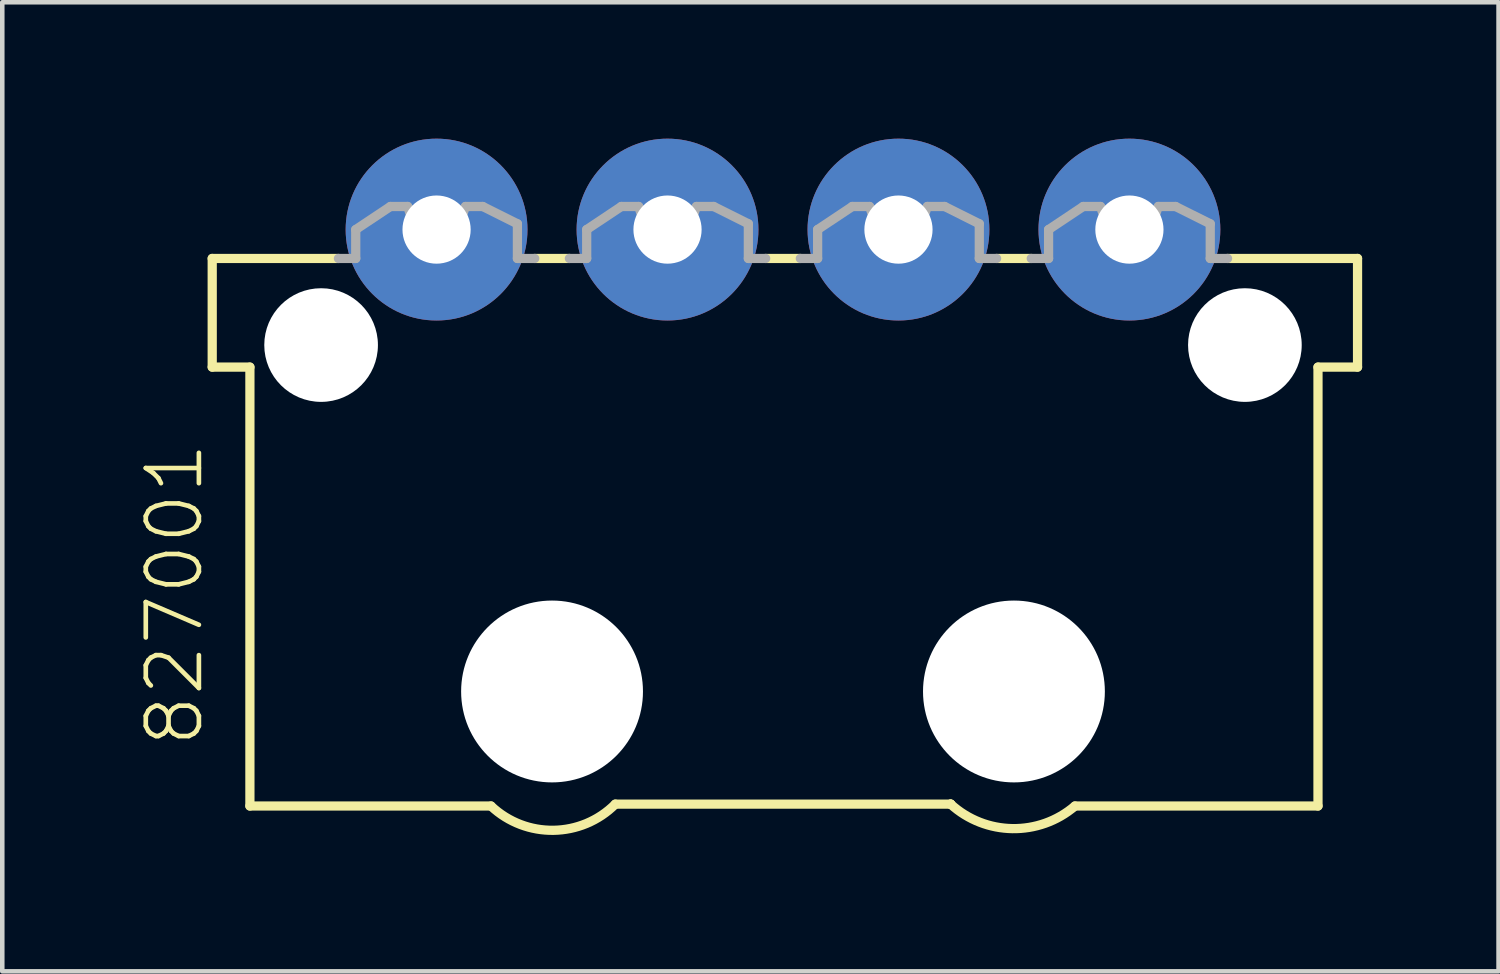
<source format=kicad_pcb>
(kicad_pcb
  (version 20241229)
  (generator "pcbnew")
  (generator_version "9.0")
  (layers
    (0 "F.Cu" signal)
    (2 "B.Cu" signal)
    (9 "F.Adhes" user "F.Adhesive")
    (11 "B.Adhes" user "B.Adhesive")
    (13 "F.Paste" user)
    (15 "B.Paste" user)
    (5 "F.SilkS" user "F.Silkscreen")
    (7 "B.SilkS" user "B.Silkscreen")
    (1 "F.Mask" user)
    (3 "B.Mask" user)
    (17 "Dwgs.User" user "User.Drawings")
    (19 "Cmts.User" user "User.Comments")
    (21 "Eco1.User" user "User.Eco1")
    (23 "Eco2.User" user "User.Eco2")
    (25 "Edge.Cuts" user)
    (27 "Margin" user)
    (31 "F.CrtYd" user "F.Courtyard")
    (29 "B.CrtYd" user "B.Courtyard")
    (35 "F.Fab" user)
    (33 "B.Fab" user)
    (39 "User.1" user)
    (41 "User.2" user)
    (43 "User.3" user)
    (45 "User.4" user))
  (footprint "827001"
    (layer "F.Cu")
    (at 14.173 2)
    (property "Reference" "827001" (at -12.7 11.43 90) (layer "F.SilkS") (effects (font (size 1.168 1.168) (thickness 0.102)) (justify left bottom)))
    (fp_line (start -12.555 3.025) (end -12.555 0.635) (stroke (width 0.203) (type solid)) (layer "F.SilkS"))
    (fp_line (start -11.726 3.025) (end -12.555 3.025) (stroke (width 0.203) (type solid)) (layer "F.SilkS"))
    (fp_line (start -11.726 12.679) (end -11.726 3.025) (stroke (width 0.203) (type solid)) (layer "F.SilkS"))
    (fp_line (start -9.779 0.635) (end -12.555 0.635) (stroke (width 0.203) (type solid)) (layer "F.SilkS"))
    (fp_line (start -6.423 12.679) (end -11.726 12.679) (stroke (width 0.203) (type solid)) (layer "F.SilkS"))
    (fp_line (start -4.699 0.635) (end -5.461 0.635) (stroke (width 0.203) (type solid)) (layer "F.SilkS"))
    (fp_line (start 0.381 0.635) (end -0.381 0.635) (stroke (width 0.203) (type solid)) (layer "F.SilkS"))
    (fp_line (start 3.688 12.638) (end 3.688 12.638) (stroke (width 0.203) (type solid)) (layer "F.SilkS"))
    (fp_line (start 3.688 12.638) (end -3.688 12.638) (stroke (width 0.203) (type solid)) (layer "F.SilkS"))
    (fp_line (start 5.461 0.635) (end 4.699 0.635) (stroke (width 0.203) (type solid)) (layer "F.SilkS"))
    (fp_line (start 9.779 0.635) (end 12.638 0.635) (stroke (width 0.203) (type solid)) (layer "F.SilkS"))
    (fp_line (start 11.768 3.025) (end 11.768 12.679) (stroke (width 0.203) (type solid)) (layer "F.SilkS"))
    (fp_line (start 11.768 12.679) (end 6.423 12.679) (stroke (width 0.203) (type solid)) (layer "F.SilkS"))
    (fp_line (start 12.638 0.635) (end 12.638 3.025) (stroke (width 0.203) (type solid)) (layer "F.SilkS"))
    (fp_line (start 12.638 3.025) (end 11.768 3.025) (stroke (width 0.203) (type solid)) (layer "F.SilkS"))
    (fp_arc (start -3.6878 12.638) (mid -5.046798 13.213697) (end -6.4226 12.6794) (stroke (width 0.2032) (type solid)) (layer "F.SilkS"))
    (fp_arc (start 3.6878 12.6379) (mid 3.687831 12.637946) (end 3.6878 12.638) (stroke (width 0.2032) (type solid)) (layer "F.SilkS"))
    (fp_arc (start 6.4226 12.6794) (mid 5.047357 13.176727) (end 3.687799 12.637999) (stroke (width 0.2032) (type solid)) (layer "F.SilkS"))
    (fp_line (start -9.398 0) (end -9.398 0.635) (stroke (width 0.203) (type solid)) (layer "F.Fab"))
    (fp_line (start -9.398 0.635) (end -9.779 0.635) (stroke (width 0.203) (type solid)) (layer "F.Fab"))
    (fp_line (start -8.636 -0.508) (end -9.398 0) (stroke (width 0.203) (type solid)) (layer "F.Fab"))
    (fp_line (start -8.255 -0.508) (end -8.636 -0.508) (stroke (width 0.203) (type solid)) (layer "F.Fab"))
    (fp_line (start -8.128 -0.127) (end -8.255 -0.508) (stroke (width 0.203) (type solid)) (layer "F.Fab"))
    (fp_line (start -7.112 -0.127) (end -8.128 -0.127) (stroke (width 0.203) (type solid)) (layer "F.Fab"))
    (fp_line (start -6.985 -0.508) (end -7.112 -0.127) (stroke (width 0.203) (type solid)) (layer "F.Fab"))
    (fp_line (start -6.604 -0.508) (end -6.985 -0.508) (stroke (width 0.203) (type solid)) (layer "F.Fab"))
    (fp_line (start -5.842 -0.127) (end -6.604 -0.508) (stroke (width 0.203) (type solid)) (layer "F.Fab"))
    (fp_line (start -5.842 0.635) (end -5.842 -0.127) (stroke (width 0.203) (type solid)) (layer "F.Fab"))
    (fp_line (start -5.461 0.635) (end -5.842 0.635) (stroke (width 0.203) (type solid)) (layer "F.Fab"))
    (fp_line (start -4.318 0) (end -4.318 0.635) (stroke (width 0.203) (type solid)) (layer "F.Fab"))
    (fp_line (start -4.318 0.635) (end -4.699 0.635) (stroke (width 0.203) (type solid)) (layer "F.Fab"))
    (fp_line (start -3.556 -0.508) (end -4.318 0) (stroke (width 0.203) (type solid)) (layer "F.Fab"))
    (fp_line (start -3.175 -0.508) (end -3.556 -0.508) (stroke (width 0.203) (type solid)) (layer "F.Fab"))
    (fp_line (start -3.048 -0.127) (end -3.175 -0.508) (stroke (width 0.203) (type solid)) (layer "F.Fab"))
    (fp_line (start -2.032 -0.127) (end -3.048 -0.127) (stroke (width 0.203) (type solid)) (layer "F.Fab"))
    (fp_line (start -1.905 -0.508) (end -2.032 -0.127) (stroke (width 0.203) (type solid)) (layer "F.Fab"))
    (fp_line (start -1.524 -0.508) (end -1.905 -0.508) (stroke (width 0.203) (type solid)) (layer "F.Fab"))
    (fp_line (start -0.762 -0.127) (end -1.524 -0.508) (stroke (width 0.203) (type solid)) (layer "F.Fab"))
    (fp_line (start -0.762 0.635) (end -0.762 -0.127) (stroke (width 0.203) (type solid)) (layer "F.Fab"))
    (fp_line (start -0.381 0.635) (end -0.762 0.635) (stroke (width 0.203) (type solid)) (layer "F.Fab"))
    (fp_line (start 0.762 0) (end 0.762 0.635) (stroke (width 0.203) (type solid)) (layer "F.Fab"))
    (fp_line (start 0.762 0.635) (end 0.381 0.635) (stroke (width 0.203) (type solid)) (layer "F.Fab"))
    (fp_line (start 1.524 -0.508) (end 0.762 0) (stroke (width 0.203) (type solid)) (layer "F.Fab"))
    (fp_line (start 1.905 -0.508) (end 1.524 -0.508) (stroke (width 0.203) (type solid)) (layer "F.Fab"))
    (fp_line (start 2.032 -0.127) (end 1.905 -0.508) (stroke (width 0.203) (type solid)) (layer "F.Fab"))
    (fp_line (start 3.048 -0.127) (end 2.032 -0.127) (stroke (width 0.203) (type solid)) (layer "F.Fab"))
    (fp_line (start 3.175 -0.508) (end 3.048 -0.127) (stroke (width 0.203) (type solid)) (layer "F.Fab"))
    (fp_line (start 3.556 -0.508) (end 3.175 -0.508) (stroke (width 0.203) (type solid)) (layer "F.Fab"))
    (fp_line (start 4.318 -0.127) (end 3.556 -0.508) (stroke (width 0.203) (type solid)) (layer "F.Fab"))
    (fp_line (start 4.318 0.635) (end 4.318 -0.127) (stroke (width 0.203) (type solid)) (layer "F.Fab"))
    (fp_line (start 4.699 0.635) (end 4.318 0.635) (stroke (width 0.203) (type solid)) (layer "F.Fab"))
    (fp_line (start 5.842 0) (end 5.842 0.635) (stroke (width 0.203) (type solid)) (layer "F.Fab"))
    (fp_line (start 5.842 0.635) (end 5.461 0.635) (stroke (width 0.203) (type solid)) (layer "F.Fab"))
    (fp_line (start 6.604 -0.508) (end 5.842 0) (stroke (width 0.203) (type solid)) (layer "F.Fab"))
    (fp_line (start 6.985 -0.508) (end 6.604 -0.508) (stroke (width 0.203) (type solid)) (layer "F.Fab"))
    (fp_line (start 7.112 -0.127) (end 6.985 -0.508) (stroke (width 0.203) (type solid)) (layer "F.Fab"))
    (fp_line (start 8.128 -0.127) (end 7.112 -0.127) (stroke (width 0.203) (type solid)) (layer "F.Fab"))
    (fp_line (start 8.255 -0.508) (end 8.128 -0.127) (stroke (width 0.203) (type solid)) (layer "F.Fab"))
    (fp_line (start 8.636 -0.508) (end 8.255 -0.508) (stroke (width 0.203) (type solid)) (layer "F.Fab"))
    (fp_line (start 9.398 -0.127) (end 8.636 -0.508) (stroke (width 0.203) (type solid)) (layer "F.Fab"))
    (fp_line (start 9.398 0.635) (end 9.398 -0.127) (stroke (width 0.203) (type solid)) (layer "F.Fab"))
    (fp_line (start 9.779 0.635) (end 9.398 0.635) (stroke (width 0.203) (type solid)) (layer "F.Fab"))
    (pad "" np_thru_hole circle (at -10.16 2.54) (size 2.5 2.5) (drill 2.5) (layers "*.Cu" "*.Mask"))
    (pad "" np_thru_hole circle (at -5.08 10.16) (size 4 4) (drill 4) (layers "*.Cu" "*.Mask"))
    (pad "" np_thru_hole circle (at 5.08 10.16) (size 4 4) (drill 4) (layers "*.Cu" "*.Mask"))
    (pad "" np_thru_hole circle (at 10.16 2.54) (size 2.5 2.5) (drill 2.5) (layers "*.Cu" "*.Mask"))
    (pad "1" thru_hole circle (at -7.62 0) (size 4 4) (drill 1.5) (layers "*.Cu" "*.Mask"))
    (pad "2" thru_hole circle (at -2.54 0) (size 4 4) (drill 1.5) (layers "*.Cu" "*.Mask"))
    (pad "3" thru_hole circle (at 2.54 0) (size 4 4) (drill 1.5) (layers "*.Cu" "*.Mask"))
    (pad "4" thru_hole circle (at 7.62 0) (size 4 4) (drill 1.5) (layers "*.Cu" "*.Mask")))
  (gr_rect
    (start -3 -3)
    (end 29.913 18.316)
    (stroke (width 0.1) (type default))
    (fill no)
    (layer "Edge.Cuts")))
</source>
